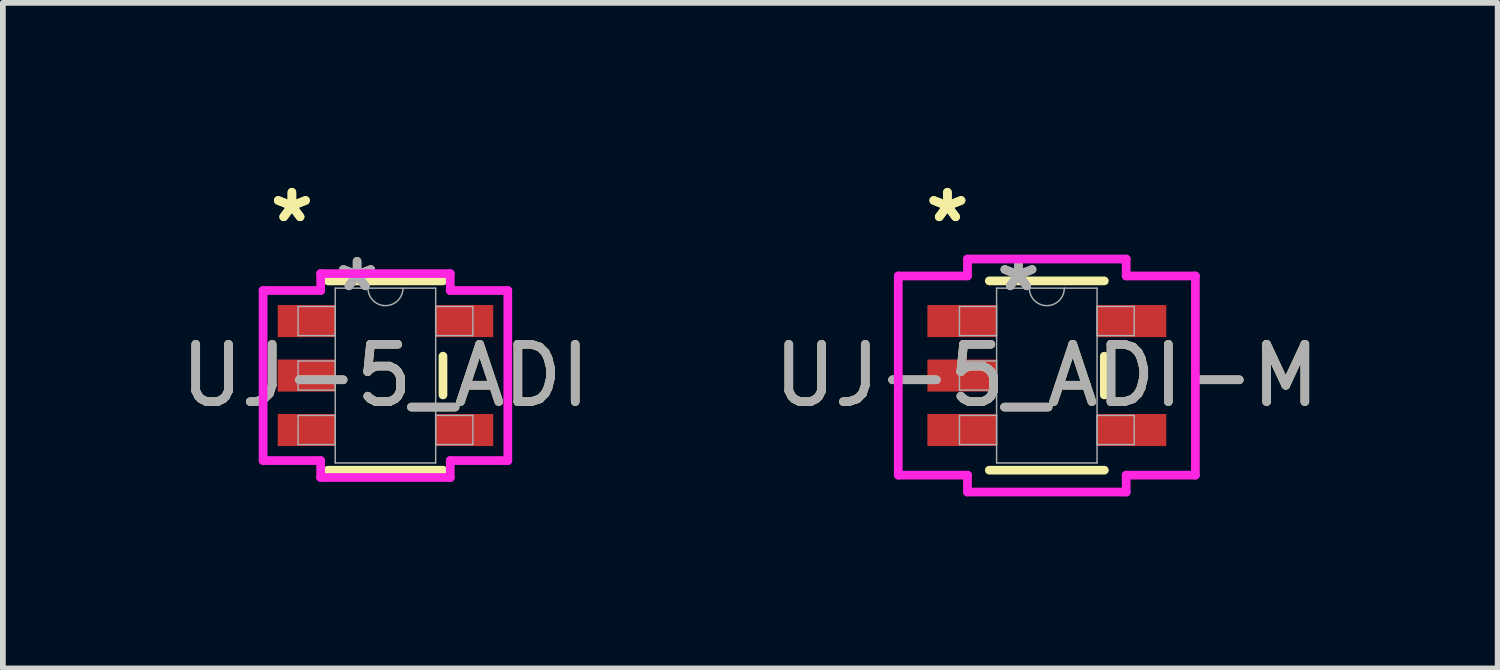
<source format=kicad_pcb>
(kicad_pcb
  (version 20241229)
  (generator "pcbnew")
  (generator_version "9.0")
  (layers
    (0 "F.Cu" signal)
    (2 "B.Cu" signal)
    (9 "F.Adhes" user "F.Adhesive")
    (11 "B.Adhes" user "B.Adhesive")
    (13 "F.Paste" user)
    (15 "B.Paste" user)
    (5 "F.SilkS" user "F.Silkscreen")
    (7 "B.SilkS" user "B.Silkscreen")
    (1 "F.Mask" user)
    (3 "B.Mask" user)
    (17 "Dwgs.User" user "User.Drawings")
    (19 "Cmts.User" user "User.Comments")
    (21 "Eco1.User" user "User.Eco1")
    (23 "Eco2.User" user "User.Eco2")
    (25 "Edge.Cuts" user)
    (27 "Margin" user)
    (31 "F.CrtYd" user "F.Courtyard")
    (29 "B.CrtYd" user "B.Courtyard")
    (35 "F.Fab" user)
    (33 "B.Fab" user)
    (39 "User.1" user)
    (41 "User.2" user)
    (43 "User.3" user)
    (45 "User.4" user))
  (footprint "UJ-5_ADI-M"
    (layer "F.Cu")
    (at 15.208 3.5)
    (property "Reference" "UJ-5_ADI-M" (at 0 0 0) (unlocked yes) (layer "F.SilkS") (effects (font (size 1 1) (thickness 0.15))))
    (attr smd)
    (fp_line (start -1.003 1.651) (end 1.003 1.651) (stroke (width 0.152) (type solid)) (layer "F.SilkS"))
    (fp_line (start 1.003 -1.651) (end -1.003 -1.651) (stroke (width 0.152) (type solid)) (layer "F.SilkS"))
    (fp_line (start 1.003 0.338) (end 1.003 -0.338) (stroke (width 0.152) (type solid)) (layer "F.SilkS"))
    (fp_line (start -2.591 -1.737) (end -1.384 -1.737) (stroke (width 0.152) (type solid)) (layer "F.CrtYd"))
    (fp_line (start -2.591 1.737) (end -2.591 -1.737) (stroke (width 0.152) (type solid)) (layer "F.CrtYd"))
    (fp_line (start -2.591 1.737) (end -1.384 1.737) (stroke (width 0.152) (type solid)) (layer "F.CrtYd"))
    (fp_line (start -1.384 -2.032) (end 1.384 -2.032) (stroke (width 0.152) (type solid)) (layer "F.CrtYd"))
    (fp_line (start -1.384 -1.737) (end -1.384 -2.032) (stroke (width 0.152) (type solid)) (layer "F.CrtYd"))
    (fp_line (start -1.384 2.032) (end -1.384 1.737) (stroke (width 0.152) (type solid)) (layer "F.CrtYd"))
    (fp_line (start 1.384 -2.032) (end 1.384 -1.737) (stroke (width 0.152) (type solid)) (layer "F.CrtYd"))
    (fp_line (start 1.384 1.737) (end 1.384 2.032) (stroke (width 0.152) (type solid)) (layer "F.CrtYd"))
    (fp_line (start 1.384 2.032) (end -1.384 2.032) (stroke (width 0.152) (type solid)) (layer "F.CrtYd"))
    (fp_line (start 2.591 -1.737) (end 1.384 -1.737) (stroke (width 0.152) (type solid)) (layer "F.CrtYd"))
    (fp_line (start 2.591 -1.737) (end 2.591 1.737) (stroke (width 0.152) (type solid)) (layer "F.CrtYd"))
    (fp_line (start 2.591 1.737) (end 1.384 1.737) (stroke (width 0.152) (type solid)) (layer "F.CrtYd"))
    (fp_line (start -1.524 -1.204) (end -1.524 -0.696) (stroke (width 0.025) (type solid)) (layer "F.Fab"))
    (fp_line (start -1.524 -0.696) (end -0.876 -0.696) (stroke (width 0.025) (type solid)) (layer "F.Fab"))
    (fp_line (start -1.524 -0.254) (end -1.524 0.254) (stroke (width 0.025) (type solid)) (layer "F.Fab"))
    (fp_line (start -1.524 0.254) (end -0.876 0.254) (stroke (width 0.025) (type solid)) (layer "F.Fab"))
    (fp_line (start -1.524 0.696) (end -1.524 1.204) (stroke (width 0.025) (type solid)) (layer "F.Fab"))
    (fp_line (start -1.524 1.204) (end -0.876 1.204) (stroke (width 0.025) (type solid)) (layer "F.Fab"))
    (fp_line (start -0.876 -1.524) (end -0.876 1.524) (stroke (width 0.025) (type solid)) (layer "F.Fab"))
    (fp_line (start -0.876 -1.204) (end -1.524 -1.204) (stroke (width 0.025) (type solid)) (layer "F.Fab"))
    (fp_line (start -0.876 -0.696) (end -0.876 -1.204) (stroke (width 0.025) (type solid)) (layer "F.Fab"))
    (fp_line (start -0.876 -0.254) (end -1.524 -0.254) (stroke (width 0.025) (type solid)) (layer "F.Fab"))
    (fp_line (start -0.876 0.254) (end -0.876 -0.254) (stroke (width 0.025) (type solid)) (layer "F.Fab"))
    (fp_line (start -0.876 0.696) (end -1.524 0.696) (stroke (width 0.025) (type solid)) (layer "F.Fab"))
    (fp_line (start -0.876 1.204) (end -0.876 0.696) (stroke (width 0.025) (type solid)) (layer "F.Fab"))
    (fp_line (start -0.876 1.524) (end 0.876 1.524) (stroke (width 0.025) (type solid)) (layer "F.Fab"))
    (fp_line (start 0.876 -1.524) (end -0.876 -1.524) (stroke (width 0.025) (type solid)) (layer "F.Fab"))
    (fp_line (start 0.876 -1.204) (end 0.876 -0.696) (stroke (width 0.025) (type solid)) (layer "F.Fab"))
    (fp_line (start 0.876 -0.696) (end 1.524 -0.696) (stroke (width 0.025) (type solid)) (layer "F.Fab"))
    (fp_line (start 0.876 0.696) (end 0.876 1.204) (stroke (width 0.025) (type solid)) (layer "F.Fab"))
    (fp_line (start 0.876 1.204) (end 1.524 1.204) (stroke (width 0.025) (type solid)) (layer "F.Fab"))
    (fp_line (start 0.876 1.524) (end 0.876 -1.524) (stroke (width 0.025) (type solid)) (layer "F.Fab"))
    (fp_line (start 1.524 -1.204) (end 0.876 -1.204) (stroke (width 0.025) (type solid)) (layer "F.Fab"))
    (fp_line (start 1.524 -0.696) (end 1.524 -1.204) (stroke (width 0.025) (type solid)) (layer "F.Fab"))
    (fp_line (start 1.524 0.696) (end 0.876 0.696) (stroke (width 0.025) (type solid)) (layer "F.Fab"))
    (fp_line (start 1.524 1.204) (end 1.524 0.696) (stroke (width 0.025) (type solid)) (layer "F.Fab"))
    (fp_arc (start 0.3048 -1.524) (mid 0 -1.2192) (end -0.3048 -1.524) (stroke (width 0.0254) (type solid)) (layer "F.Fab"))
    (fp_text user "*" (at -1.734 -2.652 0) (layer "F.SilkS") (effects (font (size 1 1) (thickness 0.15))))
    (fp_text user "*" (at -1.734 -2.652 0) (unlocked yes) (layer "F.SilkS") (effects (font (size 1 1) (thickness 0.15))))
    (fp_text user "${REFERENCE}" (at 0 0 0) (unlocked yes) (layer "F.Fab") (effects (font (size 1 1) (thickness 0.15))))
    (fp_text user "*" (at -0.495 -1.448 0) (layer "F.Fab") (effects (font (size 1 1) (thickness 0.15))))
    (fp_text user "*" (at -0.495 -1.448 0) (unlocked yes) (layer "F.Fab") (effects (font (size 1 1) (thickness 0.15))))
    (pad "1" smd rect (at -1.48 -0.95) (size 1.206 0.559) (layers "F.Cu" "F.Mask" "F.Paste"))
    (pad "2" smd rect (at -1.48 0) (size 1.206 0.559) (layers "F.Cu" "F.Mask" "F.Paste"))
    (pad "3" smd rect (at -1.48 0.95) (size 1.206 0.559) (layers "F.Cu" "F.Mask" "F.Paste"))
    (pad "4" smd rect (at 1.48 0.95) (size 1.206 0.559) (layers "F.Cu" "F.Mask" "F.Paste"))
    (pad "5" smd rect (at 1.48 -0.95) (size 1.206 0.559) (layers "F.Cu" "F.Mask" "F.Paste")))
  (footprint "UJ-5_ADI"
    (layer "F.Cu")
    (at 3.673 3.5)
    (property "Reference" "UJ-5_ADI" (at 0 0 0) (unlocked yes) (layer "F.SilkS") (effects (font (size 1 1) (thickness 0.15))))
    (attr smd)
    (fp_line (start -1.003 1.651) (end 1.003 1.651) (stroke (width 0.152) (type solid)) (layer "F.SilkS"))
    (fp_line (start 1.003 -1.651) (end -1.003 -1.651) (stroke (width 0.152) (type solid)) (layer "F.SilkS"))
    (fp_line (start 1.003 0.338) (end 1.003 -0.338) (stroke (width 0.152) (type solid)) (layer "F.SilkS"))
    (fp_line (start -2.134 -1.483) (end -1.13 -1.483) (stroke (width 0.152) (type solid)) (layer "F.CrtYd"))
    (fp_line (start -2.134 1.483) (end -2.134 -1.483) (stroke (width 0.152) (type solid)) (layer "F.CrtYd"))
    (fp_line (start -2.134 1.483) (end -1.13 1.483) (stroke (width 0.152) (type solid)) (layer "F.CrtYd"))
    (fp_line (start -1.13 -1.778) (end 1.13 -1.778) (stroke (width 0.152) (type solid)) (layer "F.CrtYd"))
    (fp_line (start -1.13 -1.483) (end -1.13 -1.778) (stroke (width 0.152) (type solid)) (layer "F.CrtYd"))
    (fp_line (start -1.13 1.778) (end -1.13 1.483) (stroke (width 0.152) (type solid)) (layer "F.CrtYd"))
    (fp_line (start 1.13 -1.778) (end 1.13 -1.483) (stroke (width 0.152) (type solid)) (layer "F.CrtYd"))
    (fp_line (start 1.13 1.483) (end 1.13 1.778) (stroke (width 0.152) (type solid)) (layer "F.CrtYd"))
    (fp_line (start 1.13 1.778) (end -1.13 1.778) (stroke (width 0.152) (type solid)) (layer "F.CrtYd"))
    (fp_line (start 2.134 -1.483) (end 1.13 -1.483) (stroke (width 0.152) (type solid)) (layer "F.CrtYd"))
    (fp_line (start 2.134 -1.483) (end 2.134 1.483) (stroke (width 0.152) (type solid)) (layer "F.CrtYd"))
    (fp_line (start 2.134 1.483) (end 1.13 1.483) (stroke (width 0.152) (type solid)) (layer "F.CrtYd"))
    (fp_line (start -1.524 -1.204) (end -1.524 -0.696) (stroke (width 0.025) (type solid)) (layer "F.Fab"))
    (fp_line (start -1.524 -0.696) (end -0.876 -0.696) (stroke (width 0.025) (type solid)) (layer "F.Fab"))
    (fp_line (start -1.524 -0.254) (end -1.524 0.254) (stroke (width 0.025) (type solid)) (layer "F.Fab"))
    (fp_line (start -1.524 0.254) (end -0.876 0.254) (stroke (width 0.025) (type solid)) (layer "F.Fab"))
    (fp_line (start -1.524 0.696) (end -1.524 1.204) (stroke (width 0.025) (type solid)) (layer "F.Fab"))
    (fp_line (start -1.524 1.204) (end -0.876 1.204) (stroke (width 0.025) (type solid)) (layer "F.Fab"))
    (fp_line (start -0.876 -1.524) (end -0.876 1.524) (stroke (width 0.025) (type solid)) (layer "F.Fab"))
    (fp_line (start -0.876 -1.204) (end -1.524 -1.204) (stroke (width 0.025) (type solid)) (layer "F.Fab"))
    (fp_line (start -0.876 -0.696) (end -0.876 -1.204) (stroke (width 0.025) (type solid)) (layer "F.Fab"))
    (fp_line (start -0.876 -0.254) (end -1.524 -0.254) (stroke (width 0.025) (type solid)) (layer "F.Fab"))
    (fp_line (start -0.876 0.254) (end -0.876 -0.254) (stroke (width 0.025) (type solid)) (layer "F.Fab"))
    (fp_line (start -0.876 0.696) (end -1.524 0.696) (stroke (width 0.025) (type solid)) (layer "F.Fab"))
    (fp_line (start -0.876 1.204) (end -0.876 0.696) (stroke (width 0.025) (type solid)) (layer "F.Fab"))
    (fp_line (start -0.876 1.524) (end 0.876 1.524) (stroke (width 0.025) (type solid)) (layer "F.Fab"))
    (fp_line (start 0.876 -1.524) (end -0.876 -1.524) (stroke (width 0.025) (type solid)) (layer "F.Fab"))
    (fp_line (start 0.876 -1.204) (end 0.876 -0.696) (stroke (width 0.025) (type solid)) (layer "F.Fab"))
    (fp_line (start 0.876 -0.696) (end 1.524 -0.696) (stroke (width 0.025) (type solid)) (layer "F.Fab"))
    (fp_line (start 0.876 0.696) (end 0.876 1.204) (stroke (width 0.025) (type solid)) (layer "F.Fab"))
    (fp_line (start 0.876 1.204) (end 1.524 1.204) (stroke (width 0.025) (type solid)) (layer "F.Fab"))
    (fp_line (start 0.876 1.524) (end 0.876 -1.524) (stroke (width 0.025) (type solid)) (layer "F.Fab"))
    (fp_line (start 1.524 -1.204) (end 0.876 -1.204) (stroke (width 0.025) (type solid)) (layer "F.Fab"))
    (fp_line (start 1.524 -0.696) (end 1.524 -1.204) (stroke (width 0.025) (type solid)) (layer "F.Fab"))
    (fp_line (start 1.524 0.696) (end 0.876 0.696) (stroke (width 0.025) (type solid)) (layer "F.Fab"))
    (fp_line (start 1.524 1.204) (end 1.524 0.696) (stroke (width 0.025) (type solid)) (layer "F.Fab"))
    (fp_arc (start 0.3048 -1.524) (mid 0 -1.2192) (end -0.3048 -1.524) (stroke (width 0.0254) (type solid)) (layer "F.Fab"))
    (fp_text user "*" (at -1.632 -2.652 0) (layer "F.SilkS") (effects (font (size 1 1) (thickness 0.15))))
    (fp_text user "*" (at -1.632 -2.652 0) (unlocked yes) (layer "F.SilkS") (effects (font (size 1 1) (thickness 0.15))))
    (fp_text user "*" (at -0.495 -1.448 0) (unlocked yes) (layer "F.Fab") (effects (font (size 1 1) (thickness 0.15))))
    (fp_text user "*" (at -0.495 -1.448 0) (layer "F.Fab") (effects (font (size 1 1) (thickness 0.15))))
    (fp_text user "${REFERENCE}" (at 0 0 0) (unlocked yes) (layer "F.Fab") (effects (font (size 1 1) (thickness 0.15))))
    (pad "1" smd rect (at -1.378 -0.95) (size 1.003 0.559) (layers "F.Cu" "F.Mask" "F.Paste"))
    (pad "2" smd rect (at -1.378 0) (size 1.003 0.559) (layers "F.Cu" "F.Mask" "F.Paste"))
    (pad "3" smd rect (at -1.378 0.95) (size 1.003 0.559) (layers "F.Cu" "F.Mask" "F.Paste"))
    (pad "4" smd rect (at 1.378 0.95) (size 1.003 0.559) (layers "F.Cu" "F.Mask" "F.Paste"))
    (pad "5" smd rect (at 1.378 -0.95) (size 1.003 0.559) (layers "F.Cu" "F.Mask" "F.Paste")))
  (gr_rect
    (start -3 -3)
    (end 23.071 8.608)
    (stroke (width 0.1) (type default))
    (fill no)
    (layer "Edge.Cuts")))
</source>
